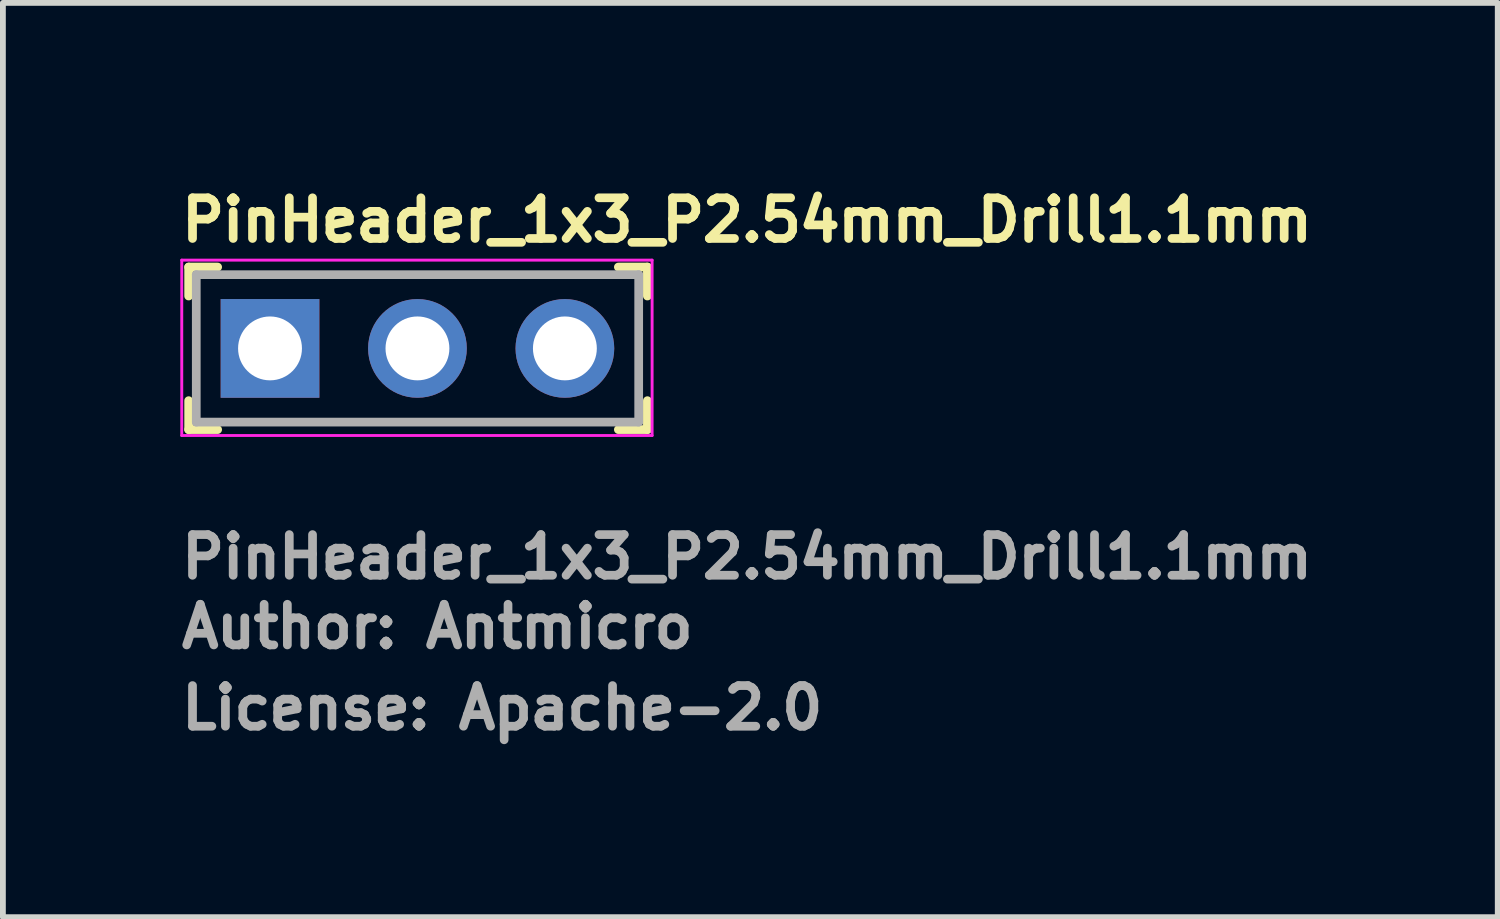
<source format=kicad_pcb>
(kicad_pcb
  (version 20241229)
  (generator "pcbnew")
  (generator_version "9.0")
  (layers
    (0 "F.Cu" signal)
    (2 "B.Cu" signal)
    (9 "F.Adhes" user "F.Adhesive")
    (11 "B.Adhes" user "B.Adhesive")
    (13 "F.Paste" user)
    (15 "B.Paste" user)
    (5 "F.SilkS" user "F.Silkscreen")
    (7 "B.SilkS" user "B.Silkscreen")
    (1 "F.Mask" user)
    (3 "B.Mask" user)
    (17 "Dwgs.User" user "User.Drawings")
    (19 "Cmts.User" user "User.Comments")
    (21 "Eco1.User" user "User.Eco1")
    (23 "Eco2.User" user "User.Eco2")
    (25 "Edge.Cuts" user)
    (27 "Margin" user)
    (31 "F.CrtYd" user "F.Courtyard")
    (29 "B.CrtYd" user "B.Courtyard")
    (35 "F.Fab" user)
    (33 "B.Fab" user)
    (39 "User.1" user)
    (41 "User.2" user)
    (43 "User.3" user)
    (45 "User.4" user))
  (footprint "PinHeader_1x3_P2.54mm_Drill1.1mm"
    (layer "F.Cu")
    (at 1.6 2.95)
    (property "Reference" "PinHeader_1x3_P2.54mm_Drill1.1mm" (at -1.6 -1.8 0) (layer "F.SilkS") (effects (font (size 0.7 0.7) (thickness 0.15)) (justify left bottom)))
    (attr through_hole)
    (fp_line (start -1.401 -1.401) (end -1.401 -0.902) (stroke (width 0.15) (type solid)) (layer "F.SilkS"))
    (fp_line (start -1.401 -1.401) (end -0.902 -1.401) (stroke (width 0.15) (type solid)) (layer "F.SilkS"))
    (fp_line (start -1.401 1.398) (end -1.401 0.9) (stroke (width 0.15) (type solid)) (layer "F.SilkS"))
    (fp_line (start -1.401 1.398) (end -0.902 1.398) (stroke (width 0.15) (type solid)) (layer "F.SilkS"))
    (fp_line (start 6.499 -1.401) (end 5.999 -1.401) (stroke (width 0.15) (type solid)) (layer "F.SilkS"))
    (fp_line (start 6.499 -1.401) (end 6.499 -0.902) (stroke (width 0.15) (type solid)) (layer "F.SilkS"))
    (fp_line (start 6.499 1.398) (end 5.999 1.398) (stroke (width 0.15) (type solid)) (layer "F.SilkS"))
    (fp_line (start 6.499 1.398) (end 6.499 0.9) (stroke (width 0.15) (type solid)) (layer "F.SilkS"))
    (fp_line (start -1.52 -1.52) (end -1.52 1.5) (stroke (width 0.05) (type solid)) (layer "F.CrtYd"))
    (fp_line (start -1.52 -1.52) (end 6.58 -1.52) (stroke (width 0.05) (type solid)) (layer "F.CrtYd"))
    (fp_line (start -1.52 1.5) (end 6.58 1.5) (stroke (width 0.05) (type solid)) (layer "F.CrtYd"))
    (fp_line (start 6.58 -1.52) (end 6.58 1.5) (stroke (width 0.05) (type solid)) (layer "F.CrtYd"))
    (fp_line (start -1.27 -1.27) (end -1.27 1.269) (stroke (width 0.15) (type solid)) (layer "F.Fab"))
    (fp_line (start -1.27 -1.27) (end 6.349 -1.27) (stroke (width 0.15) (type solid)) (layer "F.Fab"))
    (fp_line (start -1.27 1.269) (end 6.349 1.269) (stroke (width 0.15) (type solid)) (layer "F.Fab"))
    (fp_line (start 6.349 -1.27) (end 6.349 1.269) (stroke (width 0.15) (type solid)) (layer "F.Fab"))
    (fp_rect (start -1.311 -1.27) (end 6.309 1.269) (stroke (width 0.1) (type solid)) (fill no) (layer "User.5"))
    (fp_line (start -1.311 0.77) (end -1.311 -0.772) (stroke (width 0.02) (type solid)) (layer "User.9"))
    (fp_line (start -1.311 0.77) (end -1.061 1.269) (stroke (width 0.02) (type solid)) (layer "User.9"))
    (fp_line (start -1.061 -1.27) (end -1.311 -0.772) (stroke (width 0.02) (type solid)) (layer "User.9"))
    (fp_line (start -0.36 -0.32) (end -0.16 -0.12) (stroke (width 0.02) (type solid)) (layer "User.9"))
    (fp_line (start -0.36 -0.32) (end 0.28 -0.32) (stroke (width 0.02) (type solid)) (layer "User.9"))
    (fp_line (start -0.36 0.32) (end -0.36 -0.32) (stroke (width 0.02) (type solid)) (layer "User.9"))
    (fp_line (start -0.16 -0.12) (end -0.16 0.119) (stroke (width 0.02) (type solid)) (layer "User.9"))
    (fp_line (start -0.16 0.119) (end -0.36 0.32) (stroke (width 0.02) (type solid)) (layer "User.9"))
    (fp_line (start -0.16 0.119) (end 0.08 0.119) (stroke (width 0.02) (type solid)) (layer "User.9"))
    (fp_line (start 0.08 -0.12) (end -0.16 -0.12) (stroke (width 0.02) (type solid)) (layer "User.9"))
    (fp_line (start 0.08 -0.12) (end 0.28 -0.32) (stroke (width 0.02) (type solid)) (layer "User.9"))
    (fp_line (start 0.08 0.119) (end 0.08 -0.12) (stroke (width 0.02) (type solid)) (layer "User.9"))
    (fp_line (start 0.08 0.119) (end 0.28 0.32) (stroke (width 0.02) (type solid)) (layer "User.9"))
    (fp_line (start 0.28 -0.32) (end 0.28 0.32) (stroke (width 0.02) (type solid)) (layer "User.9"))
    (fp_line (start 0.28 0.32) (end -0.36 0.32) (stroke (width 0.02) (type solid)) (layer "User.9"))
    (fp_line (start 0.978 -1.27) (end -1.061 -1.27) (stroke (width 0.02) (type solid)) (layer "User.9"))
    (fp_line (start 0.978 1.269) (end -1.061 1.269) (stroke (width 0.02) (type solid)) (layer "User.9"))
    (fp_line (start 0.978 1.269) (end 1.229 0.77) (stroke (width 0.02) (type solid)) (layer "User.9"))
    (fp_line (start 1.229 -0.772) (end 0.978 -1.27) (stroke (width 0.02) (type solid)) (layer "User.9"))
    (fp_line (start 1.229 0.77) (end 1.479 1.269) (stroke (width 0.02) (type solid)) (layer "User.9"))
    (fp_line (start 1.479 -1.27) (end 1.229 -0.772) (stroke (width 0.02) (type solid)) (layer "User.9"))
    (fp_line (start 2.18 -0.32) (end 2.378 -0.12) (stroke (width 0.02) (type solid)) (layer "User.9"))
    (fp_line (start 2.18 -0.32) (end 2.818 -0.32) (stroke (width 0.02) (type solid)) (layer "User.9"))
    (fp_line (start 2.18 0.32) (end 2.18 -0.32) (stroke (width 0.02) (type solid)) (layer "User.9"))
    (fp_line (start 2.378 -0.12) (end 2.378 0.119) (stroke (width 0.02) (type solid)) (layer "User.9"))
    (fp_line (start 2.378 0.119) (end 2.18 0.32) (stroke (width 0.02) (type solid)) (layer "User.9"))
    (fp_line (start 2.378 0.119) (end 2.62 0.119) (stroke (width 0.02) (type solid)) (layer "User.9"))
    (fp_line (start 2.62 -0.12) (end 2.378 -0.12) (stroke (width 0.02) (type solid)) (layer "User.9"))
    (fp_line (start 2.62 -0.12) (end 2.818 -0.32) (stroke (width 0.02) (type solid)) (layer "User.9"))
    (fp_line (start 2.62 0.119) (end 2.62 -0.12) (stroke (width 0.02) (type solid)) (layer "User.9"))
    (fp_line (start 2.62 0.119) (end 2.818 0.32) (stroke (width 0.02) (type solid)) (layer "User.9"))
    (fp_line (start 2.818 -0.32) (end 2.818 0.32) (stroke (width 0.02) (type solid)) (layer "User.9"))
    (fp_line (start 2.818 0.32) (end 2.18 0.32) (stroke (width 0.02) (type solid)) (layer "User.9"))
    (fp_line (start 3.519 -1.27) (end 1.479 -1.27) (stroke (width 0.02) (type solid)) (layer "User.9"))
    (fp_line (start 3.519 1.269) (end 1.479 1.269) (stroke (width 0.02) (type solid)) (layer "User.9"))
    (fp_line (start 3.519 1.269) (end 3.769 0.77) (stroke (width 0.02) (type solid)) (layer "User.9"))
    (fp_line (start 3.769 -0.772) (end 3.519 -1.27) (stroke (width 0.02) (type solid)) (layer "User.9"))
    (fp_line (start 3.769 0.77) (end 4.019 1.269) (stroke (width 0.02) (type solid)) (layer "User.9"))
    (fp_line (start 4.019 -1.27) (end 3.769 -0.772) (stroke (width 0.02) (type solid)) (layer "User.9"))
    (fp_line (start 4.719 -0.32) (end 4.919 -0.12) (stroke (width 0.02) (type solid)) (layer "User.9"))
    (fp_line (start 4.719 -0.32) (end 5.36 -0.32) (stroke (width 0.02) (type solid)) (layer "User.9"))
    (fp_line (start 4.719 0.32) (end 4.719 -0.32) (stroke (width 0.02) (type solid)) (layer "User.9"))
    (fp_line (start 4.919 -0.12) (end 4.919 0.119) (stroke (width 0.02) (type solid)) (layer "User.9"))
    (fp_line (start 4.919 0.119) (end 4.719 0.32) (stroke (width 0.02) (type solid)) (layer "User.9"))
    (fp_line (start 4.919 0.119) (end 5.16 0.119) (stroke (width 0.02) (type solid)) (layer "User.9"))
    (fp_line (start 5.16 -0.12) (end 4.919 -0.12) (stroke (width 0.02) (type solid)) (layer "User.9"))
    (fp_line (start 5.16 -0.12) (end 5.36 -0.32) (stroke (width 0.02) (type solid)) (layer "User.9"))
    (fp_line (start 5.16 0.119) (end 5.16 -0.12) (stroke (width 0.02) (type solid)) (layer "User.9"))
    (fp_line (start 5.16 0.119) (end 5.36 0.32) (stroke (width 0.02) (type solid)) (layer "User.9"))
    (fp_line (start 5.36 -0.32) (end 5.36 0.32) (stroke (width 0.02) (type solid)) (layer "User.9"))
    (fp_line (start 5.36 0.32) (end 4.719 0.32) (stroke (width 0.02) (type solid)) (layer "User.9"))
    (fp_line (start 6.059 -1.27) (end 4.019 -1.27) (stroke (width 0.02) (type solid)) (layer "User.9"))
    (fp_line (start 6.059 1.269) (end 4.019 1.269) (stroke (width 0.02) (type solid)) (layer "User.9"))
    (fp_line (start 6.059 1.269) (end 6.309 0.77) (stroke (width 0.02) (type solid)) (layer "User.9"))
    (fp_line (start 6.309 -0.772) (end 6.059 -1.27) (stroke (width 0.02) (type solid)) (layer "User.9"))
    (fp_line (start 6.309 0.77) (end 6.309 -0.772) (stroke (width 0.02) (type solid)) (layer "User.9"))
    (fp_text user "${REFERENCE}" (at -1.6 4 0) (layer "F.Fab") (effects (font (size 0.7 0.7) (thickness 0.15)) (justify left bottom)))
    (fp_text user "License: Apache-2.0" (at -1.6 6.6 0) (layer "F.Fab") (effects (font (size 0.7 0.7) (thickness 0.15)) (justify left bottom)))
    (fp_text user "Author: Antmicro" (at -1.6 5.2 0) (layer "F.Fab") (effects (font (size 0.7 0.7) (thickness 0.15)) (justify left bottom)))
    (pad "1" thru_hole rect (at 0 0) (size 1.7 1.7) (drill 1.1) (layers "*.Cu" "*.Mask"))
    (pad "2" thru_hole circle (at 2.539 0) (size 1.7 1.7) (drill 1.1) (layers "*.Cu" "*.Mask"))
    (pad "3" thru_hole circle (at 5.078 0) (size 1.7 1.7) (drill 1.1) (layers "*.Cu" "*.Mask")))
  (gr_rect
    (start -3 -3)
    (end 22.743 12.745)
    (stroke (width 0.1) (type default))
    (fill no)
    (layer "Edge.Cuts")))
</source>
